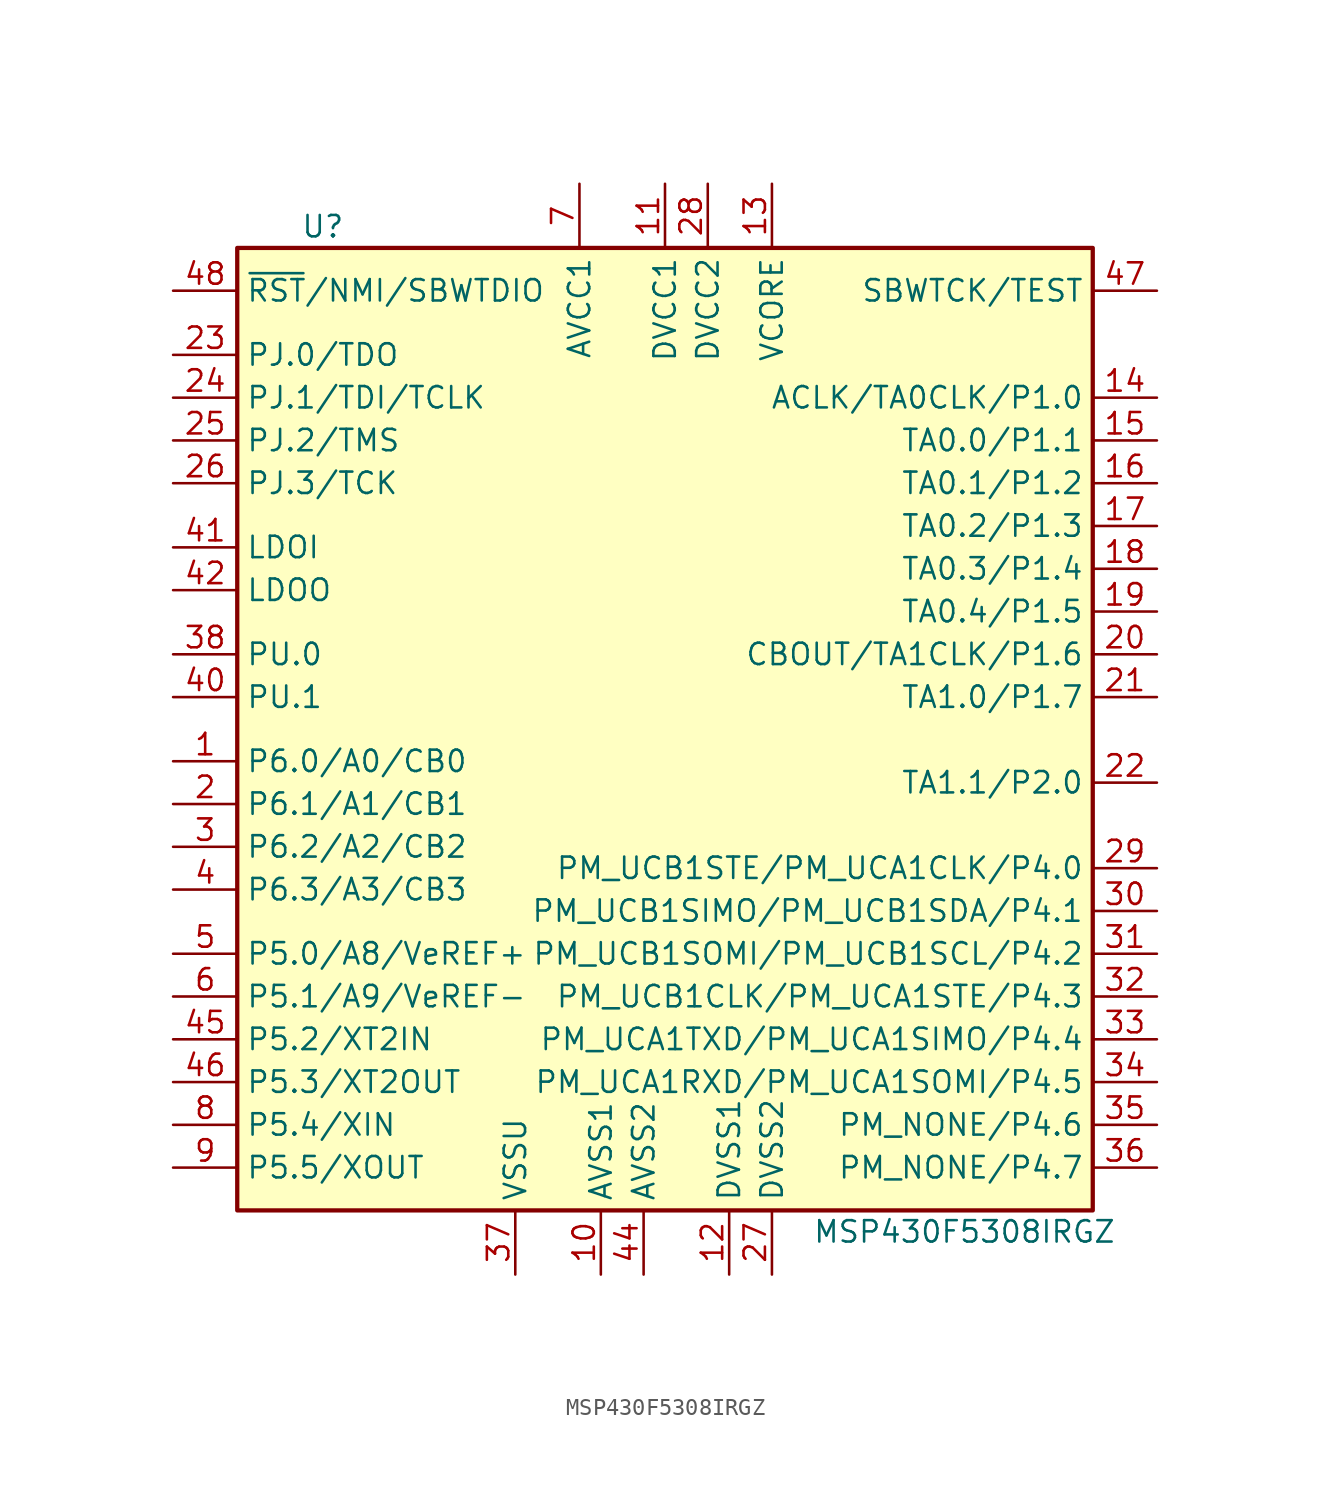
<source format=kicad_sym>
(kicad_symbol_lib
  (version 20220914)
  (generator kicad_symbol_editor)
  (symbol "MSP430F5308IRGZ"
    (property "Reference" "U"
      (at -21.59 30.48 0)
      (effects (font (size 1.27 1.27))))
    (property "Value" "MSP430F5308IRGZ"
      (at 16.51 -29.21 0)
      (effects (font (size 1.27 1.27))))
    (symbol "MSP430F5308IRGZ_0_1"
      (rectangle (start -26.67 29.21) (end 24.13 -27.94) (stroke (width 0.254) (type default)) (fill (type background))))
    (symbol "MSP430F5308IRGZ_1_1"
      (pin bidirectional line (at -30.48 -1.27 0) (length 3.81) (name "P6.0/A0/CB0" (effects (font (size 1.27 1.27)))) (number "1" (effects (font (size 1.27 1.27)))))
      (pin power_in line (at -5.08 -31.75 90) (length 3.81) (name "AVSS1" (effects (font (size 1.27 1.27)))) (number "10" (effects (font (size 1.27 1.27)))))
      (pin power_in line (at -1.27 33.02 270) (length 3.81) (name "DVCC1" (effects (font (size 1.27 1.27)))) (number "11" (effects (font (size 1.27 1.27)))))
      (pin power_in line (at 2.54 -31.75 90) (length 3.81) (name "DVSS1" (effects (font (size 1.27 1.27)))) (number "12" (effects (font (size 1.27 1.27)))))
      (pin bidirectional line (at 5.08 33.02 270) (length 3.81) (name "VCORE" (effects (font (size 1.27 1.27)))) (number "13" (effects (font (size 1.27 1.27)))))
      (pin bidirectional line (at 27.94 20.32 180) (length 3.81) (name "ACLK/TA0CLK/P1.0" (effects (font (size 1.27 1.27)))) (number "14" (effects (font (size 1.27 1.27)))))
      (pin bidirectional line (at 27.94 17.78 180) (length 3.81) (name "TA0.0/P1.1" (effects (font (size 1.27 1.27)))) (number "15" (effects (font (size 1.27 1.27)))))
      (pin bidirectional line (at 27.94 15.24 180) (length 3.81) (name "TA0.1/P1.2" (effects (font (size 1.27 1.27)))) (number "16" (effects (font (size 1.27 1.27)))))
      (pin bidirectional line (at 27.94 12.7 180) (length 3.81) (name "TA0.2/P1.3" (effects (font (size 1.27 1.27)))) (number "17" (effects (font (size 1.27 1.27)))))
      (pin bidirectional line (at 27.94 10.16 180) (length 3.81) (name "TA0.3/P1.4" (effects (font (size 1.27 1.27)))) (number "18" (effects (font (size 1.27 1.27)))))
      (pin bidirectional line (at 27.94 7.62 180) (length 3.81) (name "TA0.4/P1.5" (effects (font (size 1.27 1.27)))) (number "19" (effects (font (size 1.27 1.27)))))
      (pin bidirectional line (at -30.48 -3.81 0) (length 3.81) (name "P6.1/A1/CB1" (effects (font (size 1.27 1.27)))) (number "2" (effects (font (size 1.27 1.27)))))
      (pin bidirectional line (at 27.94 5.08 180) (length 3.81) (name "CBOUT/TA1CLK/P1.6" (effects (font (size 1.27 1.27)))) (number "20" (effects (font (size 1.27 1.27)))))
      (pin bidirectional line (at 27.94 2.54 180) (length 3.81) (name "TA1.0/P1.7" (effects (font (size 1.27 1.27)))) (number "21" (effects (font (size 1.27 1.27)))))
      (pin bidirectional line (at 27.94 -2.54 180) (length 3.81) (name "TA1.1/P2.0" (effects (font (size 1.27 1.27)))) (number "22" (effects (font (size 1.27 1.27)))))
      (pin bidirectional line (at -30.48 22.86 0) (length 3.81) (name "PJ.0/TDO" (effects (font (size 1.27 1.27)))) (number "23" (effects (font (size 1.27 1.27)))))
      (pin bidirectional line (at -30.48 20.32 0) (length 3.81) (name "PJ.1/TDI/TCLK" (effects (font (size 1.27 1.27)))) (number "24" (effects (font (size 1.27 1.27)))))
      (pin bidirectional line (at -30.48 17.78 0) (length 3.81) (name "PJ.2/TMS" (effects (font (size 1.27 1.27)))) (number "25" (effects (font (size 1.27 1.27)))))
      (pin bidirectional line (at -30.48 15.24 0) (length 3.81) (name "PJ.3/TCK" (effects (font (size 1.27 1.27)))) (number "26" (effects (font (size 1.27 1.27)))))
      (pin power_in line (at 5.08 -31.75 90) (length 3.81) (name "DVSS2" (effects (font (size 1.27 1.27)))) (number "27" (effects (font (size 1.27 1.27)))))
      (pin power_in line (at 1.27 33.02 270) (length 3.81) (name "DVCC2" (effects (font (size 1.27 1.27)))) (number "28" (effects (font (size 1.27 1.27)))))
      (pin bidirectional line (at 27.94 -7.62 180) (length 3.81) (name "PM_UCB1STE/PM_UCA1CLK/P4.0" (effects (font (size 1.27 1.27)))) (number "29" (effects (font (size 1.27 1.27)))))
      (pin bidirectional line (at -30.48 -6.35 0) (length 3.81) (name "P6.2/A2/CB2" (effects (font (size 1.27 1.27)))) (number "3" (effects (font (size 1.27 1.27)))))
      (pin bidirectional line (at 27.94 -10.16 180) (length 3.81) (name "PM_UCB1SIMO/PM_UCB1SDA/P4.1" (effects (font (size 1.27 1.27)))) (number "30" (effects (font (size 1.27 1.27)))))
      (pin bidirectional line (at 27.94 -12.7 180) (length 3.81) (name "PM_UCB1SOMI/PM_UCB1SCL/P4.2" (effects (font (size 1.27 1.27)))) (number "31" (effects (font (size 1.27 1.27)))))
      (pin bidirectional line (at 27.94 -15.24 180) (length 3.81) (name "PM_UCB1CLK/PM_UCA1STE/P4.3" (effects (font (size 1.27 1.27)))) (number "32" (effects (font (size 1.27 1.27)))))
      (pin bidirectional line (at 27.94 -17.78 180) (length 3.81) (name "PM_UCA1TXD/PM_UCA1SIMO/P4.4" (effects (font (size 1.27 1.27)))) (number "33" (effects (font (size 1.27 1.27)))))
      (pin bidirectional line (at 27.94 -20.32 180) (length 3.81) (name "PM_UCA1RXD/PM_UCA1SOMI/P4.5" (effects (font (size 1.27 1.27)))) (number "34" (effects (font (size 1.27 1.27)))))
      (pin bidirectional line (at 27.94 -22.86 180) (length 3.81) (name "PM_NONE/P4.6" (effects (font (size 1.27 1.27)))) (number "35" (effects (font (size 1.27 1.27)))))
      (pin bidirectional line (at 27.94 -25.4 180) (length 3.81) (name "PM_NONE/P4.7" (effects (font (size 1.27 1.27)))) (number "36" (effects (font (size 1.27 1.27)))))
      (pin power_in line (at -10.16 -31.75 90) (length 3.81) (name "VSSU" (effects (font (size 1.27 1.27)))) (number "37" (effects (font (size 1.27 1.27)))))
      (pin bidirectional line (at -30.48 5.08 0) (length 3.81) (name "PU.0" (effects (font (size 1.27 1.27)))) (number "38" (effects (font (size 1.27 1.27)))))
      (pin bidirectional line (at -30.48 -8.89 0) (length 3.81) (name "P6.3/A3/CB3" (effects (font (size 1.27 1.27)))) (number "4" (effects (font (size 1.27 1.27)))))
      (pin bidirectional line (at -30.48 2.54 0) (length 3.81) (name "PU.1" (effects (font (size 1.27 1.27)))) (number "40" (effects (font (size 1.27 1.27)))))
      (pin power_in line (at -30.48 11.43 0) (length 3.81) (name "LDOI" (effects (font (size 1.27 1.27)))) (number "41" (effects (font (size 1.27 1.27)))))
      (pin power_out line (at -30.48 8.89 0) (length 3.81) (name "LDOO" (effects (font (size 1.27 1.27)))) (number "42" (effects (font (size 1.27 1.27)))))
      (pin power_in line (at -2.54 -31.75 90) (length 3.81) (name "AVSS2" (effects (font (size 1.27 1.27)))) (number "44" (effects (font (size 1.27 1.27)))))
      (pin bidirectional line (at -30.48 -17.78 0) (length 3.81) (name "P5.2/XT2IN" (effects (font (size 1.27 1.27)))) (number "45" (effects (font (size 1.27 1.27)))))
      (pin bidirectional line (at -30.48 -20.32 0) (length 3.81) (name "P5.3/XT2OUT" (effects (font (size 1.27 1.27)))) (number "46" (effects (font (size 1.27 1.27)))))
      (pin input line (at 27.94 26.67 180) (length 3.81) (name "SBWTCK/TEST" (effects (font (size 1.27 1.27)))) (number "47" (effects (font (size 1.27 1.27)))))
      (pin input line (at -30.48 26.67 0) (length 3.81) (name "~{RST}/NMI/SBWTDIO" (effects (font (size 1.27 1.27)))) (number "48" (effects (font (size 1.27 1.27)))))
      (pin bidirectional line (at -30.48 -12.7 0) (length 3.81) (name "P5.0/A8/VeREF+" (effects (font (size 1.27 1.27)))) (number "5" (effects (font (size 1.27 1.27)))))
      (pin bidirectional line (at -30.48 -15.24 0) (length 3.81) (name "P5.1/A9/VeREF-" (effects (font (size 1.27 1.27)))) (number "6" (effects (font (size 1.27 1.27)))))
      (pin power_in line (at -6.35 33.02 270) (length 3.81) (name "AVCC1" (effects (font (size 1.27 1.27)))) (number "7" (effects (font (size 1.27 1.27)))))
      (pin bidirectional line (at -30.48 -22.86 0) (length 3.81) (name "P5.4/XIN" (effects (font (size 1.27 1.27)))) (number "8" (effects (font (size 1.27 1.27)))))
      (pin bidirectional line (at -30.48 -25.4 0) (length 3.81) (name "P5.5/XOUT" (effects (font (size 1.27 1.27)))) (number "9" (effects (font (size 1.27 1.27))))))))
</source>
